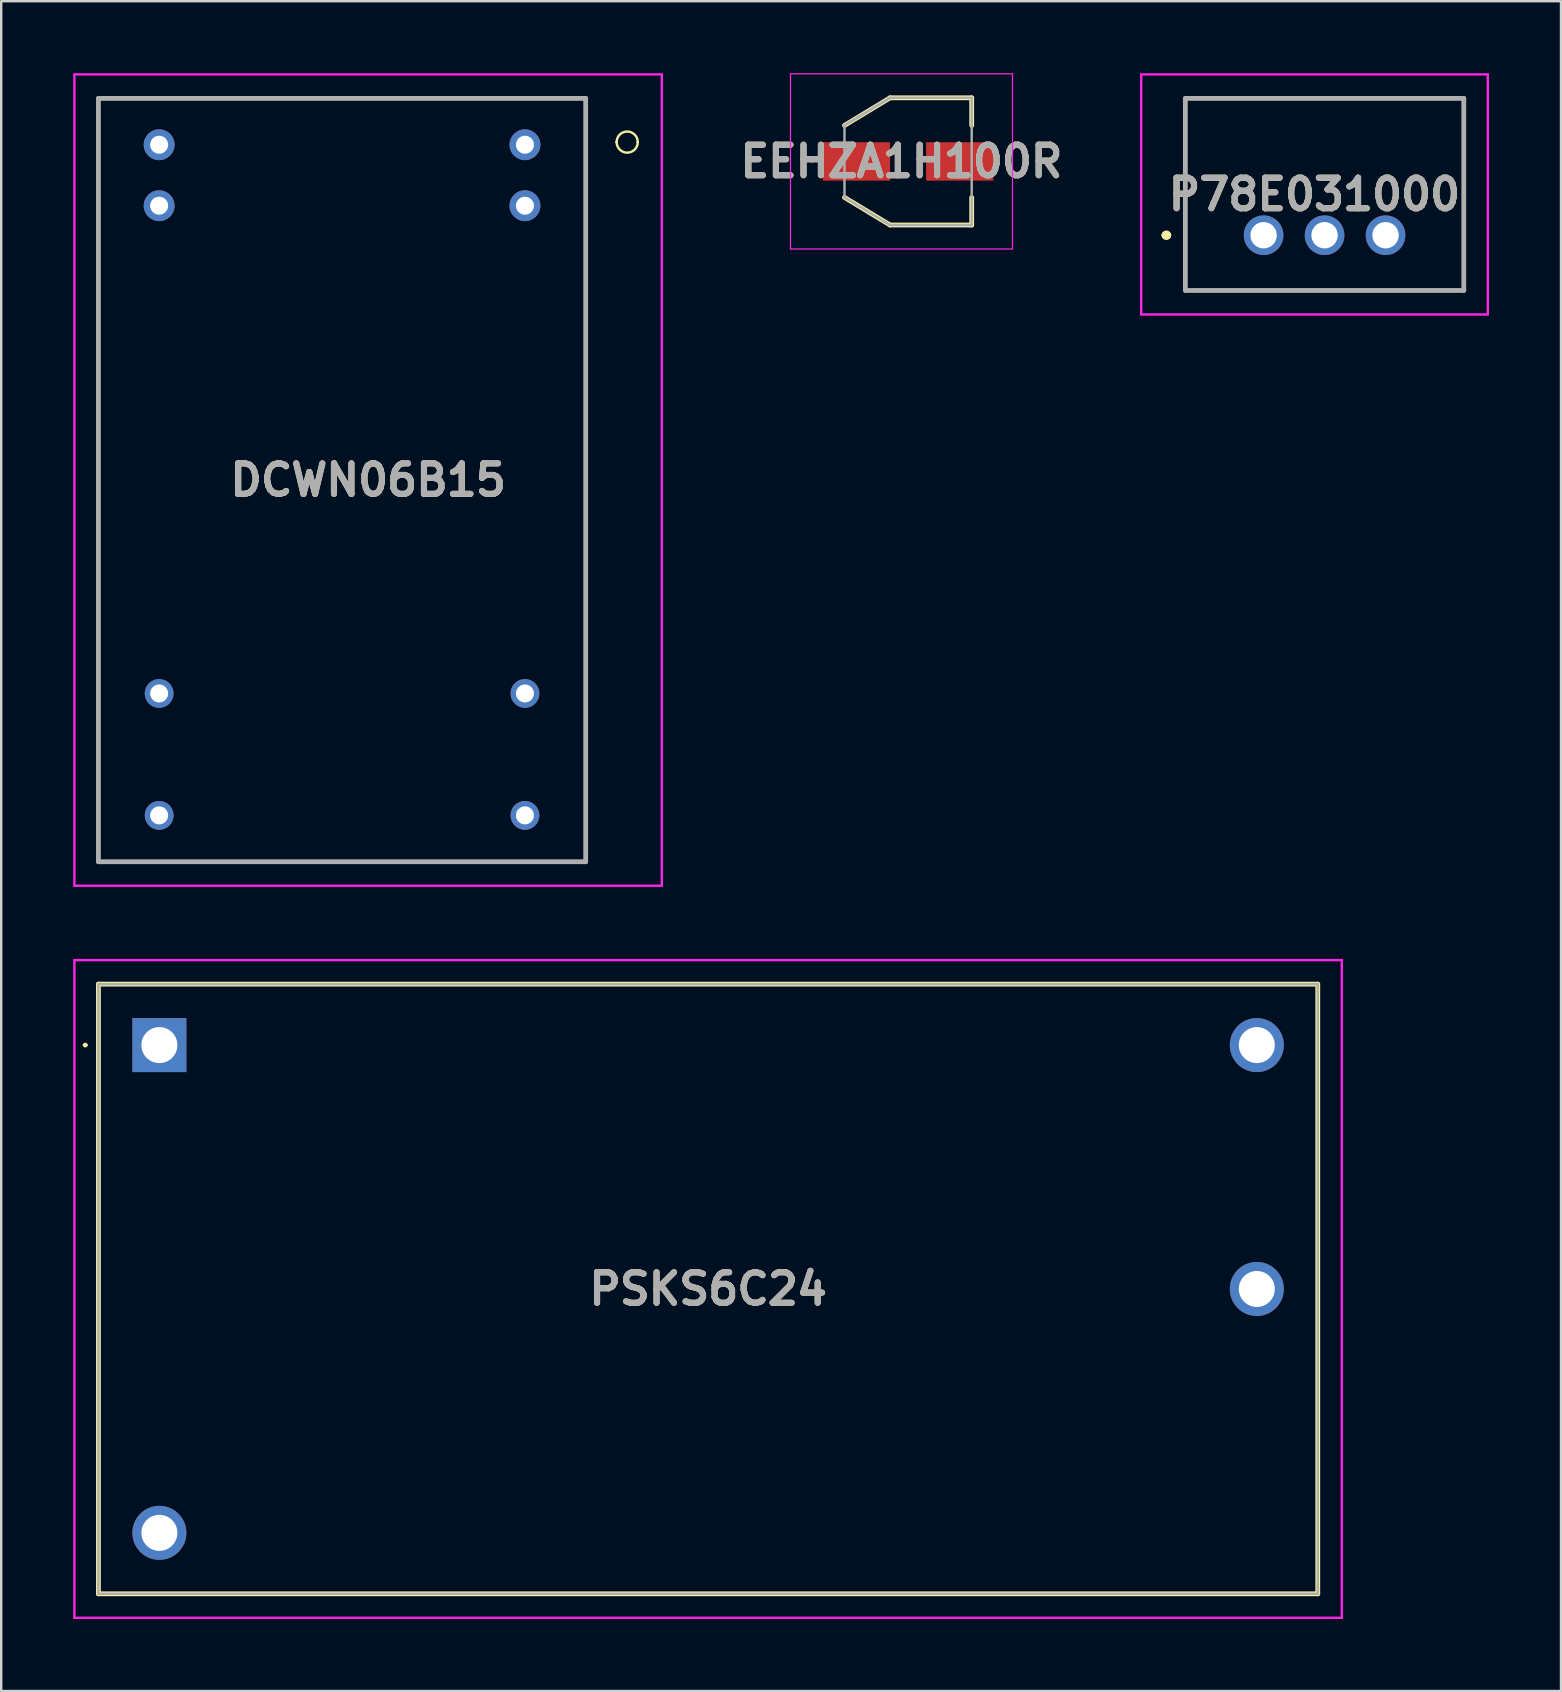
<source format=kicad_pcb>
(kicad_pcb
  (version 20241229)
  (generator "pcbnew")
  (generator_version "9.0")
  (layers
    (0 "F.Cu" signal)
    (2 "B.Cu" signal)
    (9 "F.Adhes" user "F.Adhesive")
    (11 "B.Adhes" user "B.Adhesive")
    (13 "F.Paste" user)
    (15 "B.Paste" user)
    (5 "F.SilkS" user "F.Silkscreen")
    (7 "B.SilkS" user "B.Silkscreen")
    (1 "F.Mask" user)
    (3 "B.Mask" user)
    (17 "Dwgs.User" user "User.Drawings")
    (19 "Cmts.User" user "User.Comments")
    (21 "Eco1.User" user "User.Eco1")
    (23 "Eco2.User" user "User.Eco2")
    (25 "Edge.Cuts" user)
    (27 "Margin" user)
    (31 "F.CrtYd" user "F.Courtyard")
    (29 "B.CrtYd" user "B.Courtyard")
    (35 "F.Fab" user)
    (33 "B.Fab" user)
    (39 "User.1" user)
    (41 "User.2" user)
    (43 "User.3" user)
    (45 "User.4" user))
  (footprint "PSKS6C24"
    (layer "F.Cu")
    (at 3.59 40.49)
    (property "Reference" "PSKS6C24" (at 22.86 10.16 0) (layer "F.SilkS") (effects (font (size 1.27 1.27) (thickness 0.254))))
    (attr through_hole)
    (fp_line (start -3.14 0) (end -3.14 0) (stroke (width 0.1) (type solid)) (layer "F.SilkS"))
    (fp_line (start -3.04 0) (end -3.04 0) (stroke (width 0.1) (type solid)) (layer "F.SilkS"))
    (fp_line (start -2.54 -2.54) (end -2.54 22.86) (stroke (width 0.2) (type solid)) (layer "F.SilkS"))
    (fp_line (start -2.54 22.86) (end 48.26 22.86) (stroke (width 0.2) (type solid)) (layer "F.SilkS"))
    (fp_line (start 48.26 -2.54) (end -2.54 -2.54) (stroke (width 0.2) (type solid)) (layer "F.SilkS"))
    (fp_line (start 48.26 22.86) (end 48.26 -2.54) (stroke (width 0.2) (type solid)) (layer "F.SilkS"))
    (fp_arc (start -3.14 0) (mid -3.09 -0.05) (end -3.04 0) (stroke (width 0.1) (type solid)) (layer "F.SilkS"))
    (fp_arc (start -3.04 0) (mid -3.09 0.05) (end -3.14 0) (stroke (width 0.1) (type solid)) (layer "F.SilkS"))
    (fp_line (start -3.54 -3.54) (end 49.26 -3.54) (stroke (width 0.1) (type solid)) (layer "F.CrtYd"))
    (fp_line (start -3.54 23.86) (end -3.54 -3.54) (stroke (width 0.1) (type solid)) (layer "F.CrtYd"))
    (fp_line (start 49.26 -3.54) (end 49.26 23.86) (stroke (width 0.1) (type solid)) (layer "F.CrtYd"))
    (fp_line (start 49.26 23.86) (end -3.54 23.86) (stroke (width 0.1) (type solid)) (layer "F.CrtYd"))
    (fp_line (start -2.54 -2.54) (end -2.54 22.86) (stroke (width 0.1) (type solid)) (layer "F.Fab"))
    (fp_line (start -2.54 22.86) (end 48.26 22.86) (stroke (width 0.1) (type solid)) (layer "F.Fab"))
    (fp_line (start 48.26 -2.54) (end -2.54 -2.54) (stroke (width 0.1) (type solid)) (layer "F.Fab"))
    (fp_line (start 48.26 22.86) (end 48.26 -2.54) (stroke (width 0.1) (type solid)) (layer "F.Fab"))
    (fp_text user "${REFERENCE}" (at 22.86 10.16 0) (layer "F.Fab") (effects (font (size 1.27 1.27) (thickness 0.254))))
    (pad "1" thru_hole rect (at 0 0) (size 2.25 2.25) (drill 1.5) (layers "*.Cu" "*.Mask"))
    (pad "2" thru_hole circle (at 0 20.32) (size 2.25 2.25) (drill 1.5) (layers "*.Cu" "*.Mask"))
    (pad "3" thru_hole circle (at 45.72 10.16) (size 2.25 2.25) (drill 1.5) (layers "*.Cu" "*.Mask"))
    (pad "4" thru_hole circle (at 45.72 0) (size 2.25 2.25) (drill 1.5) (layers "*.Cu" "*.Mask")))
  (footprint "DCWN06B15"
    (layer "F.Cu")
    (at 11.2 16.95)
    (property "Reference" "DCWN06B15" (at 1.085 0 0) (layer "F.SilkS") (effects (font (size 1.27 1.27) (thickness 0.254))))
    (attr through_hole)
    (fp_line (start -10.15 -15.9) (end 3 -15.9) (stroke (width 0.1) (type solid)) (layer "F.SilkS"))
    (fp_line (start -10.15 -3.3) (end -10.15 -15.9) (stroke (width 0.1) (type solid)) (layer "F.SilkS"))
    (fp_line (start -10.15 7.2) (end -10.15 -3.3) (stroke (width 0.1) (type solid)) (layer "F.SilkS"))
    (fp_line (start -10.15 9.6) (end -10.15 7.2) (stroke (width 0.1) (type solid)) (layer "F.SilkS"))
    (fp_line (start -10.15 15.9) (end -10.15 9.6) (stroke (width 0.1) (type solid)) (layer "F.SilkS"))
    (fp_line (start 3 -15.9) (end 10.15 -15.9) (stroke (width 0.1) (type solid)) (layer "F.SilkS"))
    (fp_line (start 7.8 15.9) (end -10.15 15.9) (stroke (width 0.1) (type solid)) (layer "F.SilkS"))
    (fp_line (start 7.8 15.9) (end 7.8 15.9) (stroke (width 0.1) (type solid)) (layer "F.SilkS"))
    (fp_line (start 10.15 -15.9) (end 10.15 -12.3) (stroke (width 0.1) (type solid)) (layer "F.SilkS"))
    (fp_line (start 10.15 -12.3) (end 10.15 -9) (stroke (width 0.1) (type solid)) (layer "F.SilkS"))
    (fp_line (start 10.15 -9) (end 10.15 1.2) (stroke (width 0.1) (type solid)) (layer "F.SilkS"))
    (fp_line (start 10.15 1.2) (end 10.15 1.2) (stroke (width 0.1) (type solid)) (layer "F.SilkS"))
    (fp_line (start 10.15 1.2) (end 10.15 5.4) (stroke (width 0.1) (type solid)) (layer "F.SilkS"))
    (fp_line (start 10.15 5.4) (end 10.15 15.9) (stroke (width 0.1) (type solid)) (layer "F.SilkS"))
    (fp_line (start 10.15 15.9) (end 7.8 15.9) (stroke (width 0.1) (type solid)) (layer "F.SilkS"))
    (fp_line (start 11.44 -14.08) (end 11.44 -14.08) (stroke (width 0.1) (type solid)) (layer "F.SilkS"))
    (fp_line (start 12.32 -14.08) (end 12.32 -14.08) (stroke (width 0.1) (type solid)) (layer "F.SilkS"))
    (fp_arc (start 11.44 -14.08) (mid 11.88 -14.52) (end 12.32 -14.08) (stroke (width 0.1) (type solid)) (layer "F.SilkS"))
    (fp_arc (start 12.32 -14.08) (mid 11.88 -13.64) (end 11.44 -14.08) (stroke (width 0.1) (type solid)) (layer "F.SilkS"))
    (fp_line (start -11.15 -16.9) (end 13.32 -16.9) (stroke (width 0.1) (type solid)) (layer "F.CrtYd"))
    (fp_line (start -11.15 16.9) (end -11.15 -16.9) (stroke (width 0.1) (type solid)) (layer "F.CrtYd"))
    (fp_line (start 13.32 -16.9) (end 13.32 16.9) (stroke (width 0.1) (type solid)) (layer "F.CrtYd"))
    (fp_line (start 13.32 16.9) (end -11.15 16.9) (stroke (width 0.1) (type solid)) (layer "F.CrtYd"))
    (fp_line (start -10.15 -15.9) (end 10.15 -15.9) (stroke (width 0.2) (type solid)) (layer "F.Fab"))
    (fp_line (start -10.15 15.9) (end -10.15 -15.9) (stroke (width 0.2) (type solid)) (layer "F.Fab"))
    (fp_line (start 10.15 -15.9) (end 10.15 15.9) (stroke (width 0.2) (type solid)) (layer "F.Fab"))
    (fp_line (start 10.15 15.9) (end -10.15 15.9) (stroke (width 0.2) (type solid)) (layer "F.Fab"))
    (fp_text user "${REFERENCE}" (at 1.085 0 0) (layer "F.Fab") (effects (font (size 1.27 1.27) (thickness 0.254))))
    (pad "2" thru_hole circle (at 7.62 -13.97) (size 1.286 1.286) (drill 0.75) (layers "*.Cu" "*.Mask"))
    (pad "3" thru_hole circle (at 7.62 -11.43) (size 1.286 1.286) (drill 0.75) (layers "*.Cu" "*.Mask"))
    (pad "9" thru_hole circle (at 7.62 8.89) (size 1.2 1.2) (drill 0.75) (layers "*.Cu" "*.Mask"))
    (pad "11" thru_hole circle (at 7.62 13.97) (size 1.2 1.2) (drill 0.75) (layers "*.Cu" "*.Mask"))
    (pad "14" thru_hole circle (at -7.62 13.97) (size 1.2 1.2) (drill 0.75) (layers "*.Cu" "*.Mask"))
    (pad "16" thru_hole circle (at -7.62 8.89) (size 1.2 1.2) (drill 0.75) (layers "*.Cu" "*.Mask"))
    (pad "22" thru_hole circle (at -7.62 -11.43) (size 1.286 1.286) (drill 0.75) (layers "*.Cu" "*.Mask"))
    (pad "23" thru_hole circle (at -7.62 -13.97) (size 1.286 1.286) (drill 0.75) (layers "*.Cu" "*.Mask")))
  (footprint "EEHZA1H100R"
    (layer "F.Cu")
    (at 34.782 3.675)
    (property "Reference" "EEHZA1H100R" (at -0.275 0 0) (layer "F.SilkS") (effects (font (size 1.27 1.27) (thickness 0.254))))
    (attr smd)
    (fp_line (start -4.025 0) (end -4.025 0) (stroke (width 0.05) (type solid)) (layer "F.SilkS"))
    (fp_line (start -3.975 0) (end -3.975 0) (stroke (width 0.05) (type solid)) (layer "F.SilkS"))
    (fp_line (start -2.65 -1.5) (end -0.75 -2.65) (stroke (width 0.2) (type solid)) (layer "F.SilkS"))
    (fp_line (start -2.65 1.5) (end -0.75 2.65) (stroke (width 0.2) (type solid)) (layer "F.SilkS"))
    (fp_line (start -0.75 -2.65) (end 2.65 -2.65) (stroke (width 0.2) (type solid)) (layer "F.SilkS"))
    (fp_line (start -0.75 2.65) (end 2.65 2.65) (stroke (width 0.2) (type solid)) (layer "F.SilkS"))
    (fp_line (start 2.65 -2.65) (end 2.65 -1.5) (stroke (width 0.2) (type solid)) (layer "F.SilkS"))
    (fp_line (start 2.65 2.65) (end 2.65 1.5) (stroke (width 0.2) (type solid)) (layer "F.SilkS"))
    (fp_arc (start -4.025 0) (mid -4 -0.025) (end -3.975 0) (stroke (width 0.05) (type solid)) (layer "F.SilkS"))
    (fp_arc (start -3.975 0) (mid -4 0.025) (end -4.025 0) (stroke (width 0.05) (type solid)) (layer "F.SilkS"))
    (fp_line (start -4.9 -3.65) (end 4.35 -3.65) (stroke (width 0.05) (type solid)) (layer "F.CrtYd"))
    (fp_line (start -4.9 3.65) (end -4.9 -3.65) (stroke (width 0.05) (type solid)) (layer "F.CrtYd"))
    (fp_line (start 4.35 -3.65) (end 4.35 3.65) (stroke (width 0.05) (type solid)) (layer "F.CrtYd"))
    (fp_line (start 4.35 3.65) (end -4.9 3.65) (stroke (width 0.05) (type solid)) (layer "F.CrtYd"))
    (fp_line (start -2.65 -1.5) (end -0.75 -2.65) (stroke (width 0.1) (type solid)) (layer "F.Fab"))
    (fp_line (start -2.65 -1.5) (end -0.75 -2.65) (stroke (width 0.1) (type solid)) (layer "F.Fab"))
    (fp_line (start -2.65 1.5) (end -2.65 -1.5) (stroke (width 0.1) (type solid)) (layer "F.Fab"))
    (fp_line (start -0.75 -2.65) (end 2.65 -2.65) (stroke (width 0.1) (type solid)) (layer "F.Fab"))
    (fp_line (start -0.75 2.65) (end -2.65 1.5) (stroke (width 0.1) (type solid)) (layer "F.Fab"))
    (fp_line (start 2.65 -2.65) (end 2.65 2.65) (stroke (width 0.1) (type solid)) (layer "F.Fab"))
    (fp_line (start 2.65 2.65) (end -0.75 2.65) (stroke (width 0.1) (type solid)) (layer "F.Fab"))
    (fp_text user "${REFERENCE}" (at -0.275 0 0) (layer "F.Fab") (effects (font (size 1.27 1.27) (thickness 0.254))))
    (pad "1" smd rect (at -2.15 0 90) (size 1.6 2.8) (layers "F.Cu" "F.Mask" "F.Paste"))
    (pad "2" smd rect (at 2.15 0 90) (size 1.6 2.8) (layers "F.Cu" "F.Mask" "F.Paste")))
  (footprint "P78E031000"
    (layer "F.Cu")
    (at 49.593 6.75)
    (property "Reference" "P78E031000" (at 2.12 -1.7 0) (layer "F.SilkS") (effects (font (size 1.27 1.27) (thickness 0.254))))
    (attr through_hole)
    (fp_line (start -4.1 0) (end -4.1 0) (stroke (width 0.3) (type solid)) (layer "F.SilkS"))
    (fp_line (start -4 0) (end -4 0) (stroke (width 0.3) (type solid)) (layer "F.SilkS"))
    (fp_line (start -3.26 -5.7) (end 8.34 -5.7) (stroke (width 0.1) (type solid)) (layer "F.SilkS"))
    (fp_line (start -3.26 2.3) (end -3.26 -5.7) (stroke (width 0.1) (type solid)) (layer "F.SilkS"))
    (fp_line (start 8.34 -5.7) (end 8.34 2.3) (stroke (width 0.1) (type solid)) (layer "F.SilkS"))
    (fp_line (start 8.34 2.3) (end -3.26 2.3) (stroke (width 0.1) (type solid)) (layer "F.SilkS"))
    (fp_arc (start -4.1 0) (mid -4.05 -0.05) (end -4 0) (stroke (width 0.3) (type solid)) (layer "F.SilkS"))
    (fp_arc (start -4 0) (mid -4.05 0.05) (end -4.1 0) (stroke (width 0.3) (type solid)) (layer "F.SilkS"))
    (fp_line (start -5.1 -6.7) (end 9.34 -6.7) (stroke (width 0.1) (type solid)) (layer "F.CrtYd"))
    (fp_line (start -5.1 3.3) (end -5.1 -6.7) (stroke (width 0.1) (type solid)) (layer "F.CrtYd"))
    (fp_line (start 9.34 -6.7) (end 9.34 3.3) (stroke (width 0.1) (type solid)) (layer "F.CrtYd"))
    (fp_line (start 9.34 3.3) (end -5.1 3.3) (stroke (width 0.1) (type solid)) (layer "F.CrtYd"))
    (fp_line (start -3.26 -5.7) (end 8.34 -5.7) (stroke (width 0.2) (type solid)) (layer "F.Fab"))
    (fp_line (start -3.26 2.3) (end -3.26 -5.7) (stroke (width 0.2) (type solid)) (layer "F.Fab"))
    (fp_line (start 8.34 -5.7) (end 8.34 2.3) (stroke (width 0.2) (type solid)) (layer "F.Fab"))
    (fp_line (start 8.34 2.3) (end -3.26 2.3) (stroke (width 0.2) (type solid)) (layer "F.Fab"))
    (fp_text user "${REFERENCE}" (at 2.12 -1.7 0) (layer "F.Fab") (effects (font (size 1.27 1.27) (thickness 0.254))))
    (pad "1" thru_hole circle (at 0 0) (size 1.65 1.65) (drill 1.1) (layers "*.Cu" "*.Mask"))
    (pad "2" thru_hole circle (at 2.54 0) (size 1.65 1.65) (drill 1.1) (layers "*.Cu" "*.Mask"))
    (pad "3" thru_hole circle (at 5.08 0) (size 1.65 1.65) (drill 1.1) (layers "*.Cu" "*.Mask")))
  (gr_rect
    (start -3 -3)
    (end 61.983 67.4)
    (stroke (width 0.1) (type default))
    (fill no)
    (layer "Edge.Cuts")))
</source>
